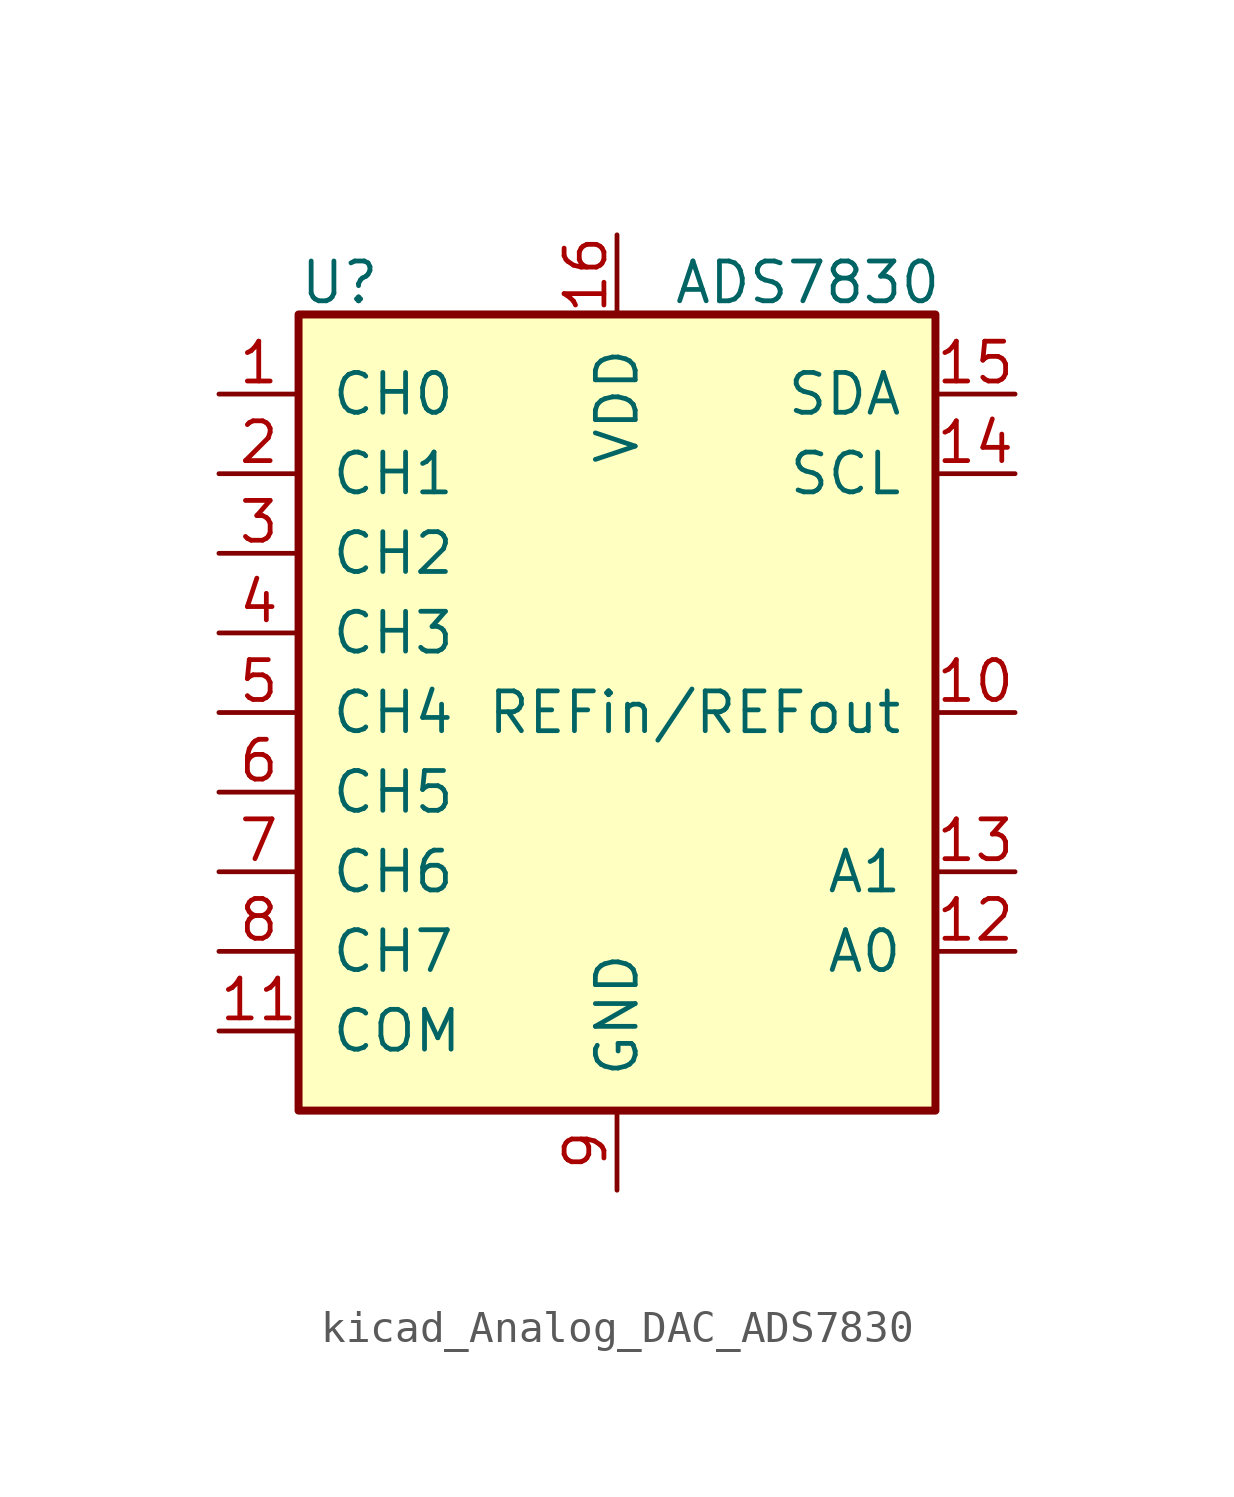
<source format=kicad_sym>
(kicad_symbol_lib
  (version 20220914)
  (generator kicad_symbol_editor)
  (symbol "kicad_Analog_DAC_ADS7830"
    (pin_names
      (offset 1.016))
    (property "Reference" "U"
      (at -10.16 13.716 0)
      (effects (font (size 1.27 1.27)) (justify left)))
    (property "Value" "ADS7830"
      (at 1.778 13.716 0)
      (effects (font (size 1.27 1.27)) (justify left)))
    (symbol "kicad_Analog_DAC_ADS7830_0_1"
      (rectangle (start -10.16 12.7) (end 10.16 -12.7) (stroke (width 0.254) (type default)) (fill (type background))))
    (symbol "kicad_Analog_DAC_ADS7830_1_1"
      (pin input line (at -12.7 10.16 0) (length 2.54) (name "CH0" (effects (font (size 1.27 1.27)))) (number "1" (effects (font (size 1.27 1.27)))))
      (pin bidirectional line (at 12.7 0 180) (length 2.54) (name "REFin/REFout" (effects (font (size 1.27 1.27)))) (number "10" (effects (font (size 1.27 1.27)))))
      (pin input line (at -12.7 -10.16 0) (length 2.54) (name "COM" (effects (font (size 1.27 1.27)))) (number "11" (effects (font (size 1.27 1.27)))))
      (pin input line (at 12.7 -7.62 180) (length 2.54) (name "A0" (effects (font (size 1.27 1.27)))) (number "12" (effects (font (size 1.27 1.27)))))
      (pin input line (at 12.7 -5.08 180) (length 2.54) (name "A1" (effects (font (size 1.27 1.27)))) (number "13" (effects (font (size 1.27 1.27)))))
      (pin input line (at 12.7 7.62 180) (length 2.54) (name "SCL" (effects (font (size 1.27 1.27)))) (number "14" (effects (font (size 1.27 1.27)))))
      (pin bidirectional line (at 12.7 10.16 180) (length 2.54) (name "SDA" (effects (font (size 1.27 1.27)))) (number "15" (effects (font (size 1.27 1.27)))))
      (pin power_in line (at 0 15.24 270) (length 2.54) (name "VDD" (effects (font (size 1.27 1.27)))) (number "16" (effects (font (size 1.27 1.27)))))
      (pin input line (at -12.7 7.62 0) (length 2.54) (name "CH1" (effects (font (size 1.27 1.27)))) (number "2" (effects (font (size 1.27 1.27)))))
      (pin input line (at -12.7 5.08 0) (length 2.54) (name "CH2" (effects (font (size 1.27 1.27)))) (number "3" (effects (font (size 1.27 1.27)))))
      (pin input line (at -12.7 2.54 0) (length 2.54) (name "CH3" (effects (font (size 1.27 1.27)))) (number "4" (effects (font (size 1.27 1.27)))))
      (pin input line (at -12.7 0 0) (length 2.54) (name "CH4" (effects (font (size 1.27 1.27)))) (number "5" (effects (font (size 1.27 1.27)))))
      (pin input line (at -12.7 -2.54 0) (length 2.54) (name "CH5" (effects (font (size 1.27 1.27)))) (number "6" (effects (font (size 1.27 1.27)))))
      (pin input line (at -12.7 -5.08 0) (length 2.54) (name "CH6" (effects (font (size 1.27 1.27)))) (number "7" (effects (font (size 1.27 1.27)))))
      (pin input line (at -12.7 -7.62 0) (length 2.54) (name "CH7" (effects (font (size 1.27 1.27)))) (number "8" (effects (font (size 1.27 1.27)))))
      (pin power_in line (at 0 -15.24 90) (length 2.54) (name "GND" (effects (font (size 1.27 1.27)))) (number "9" (effects (font (size 1.27 1.27))))))))
</source>
